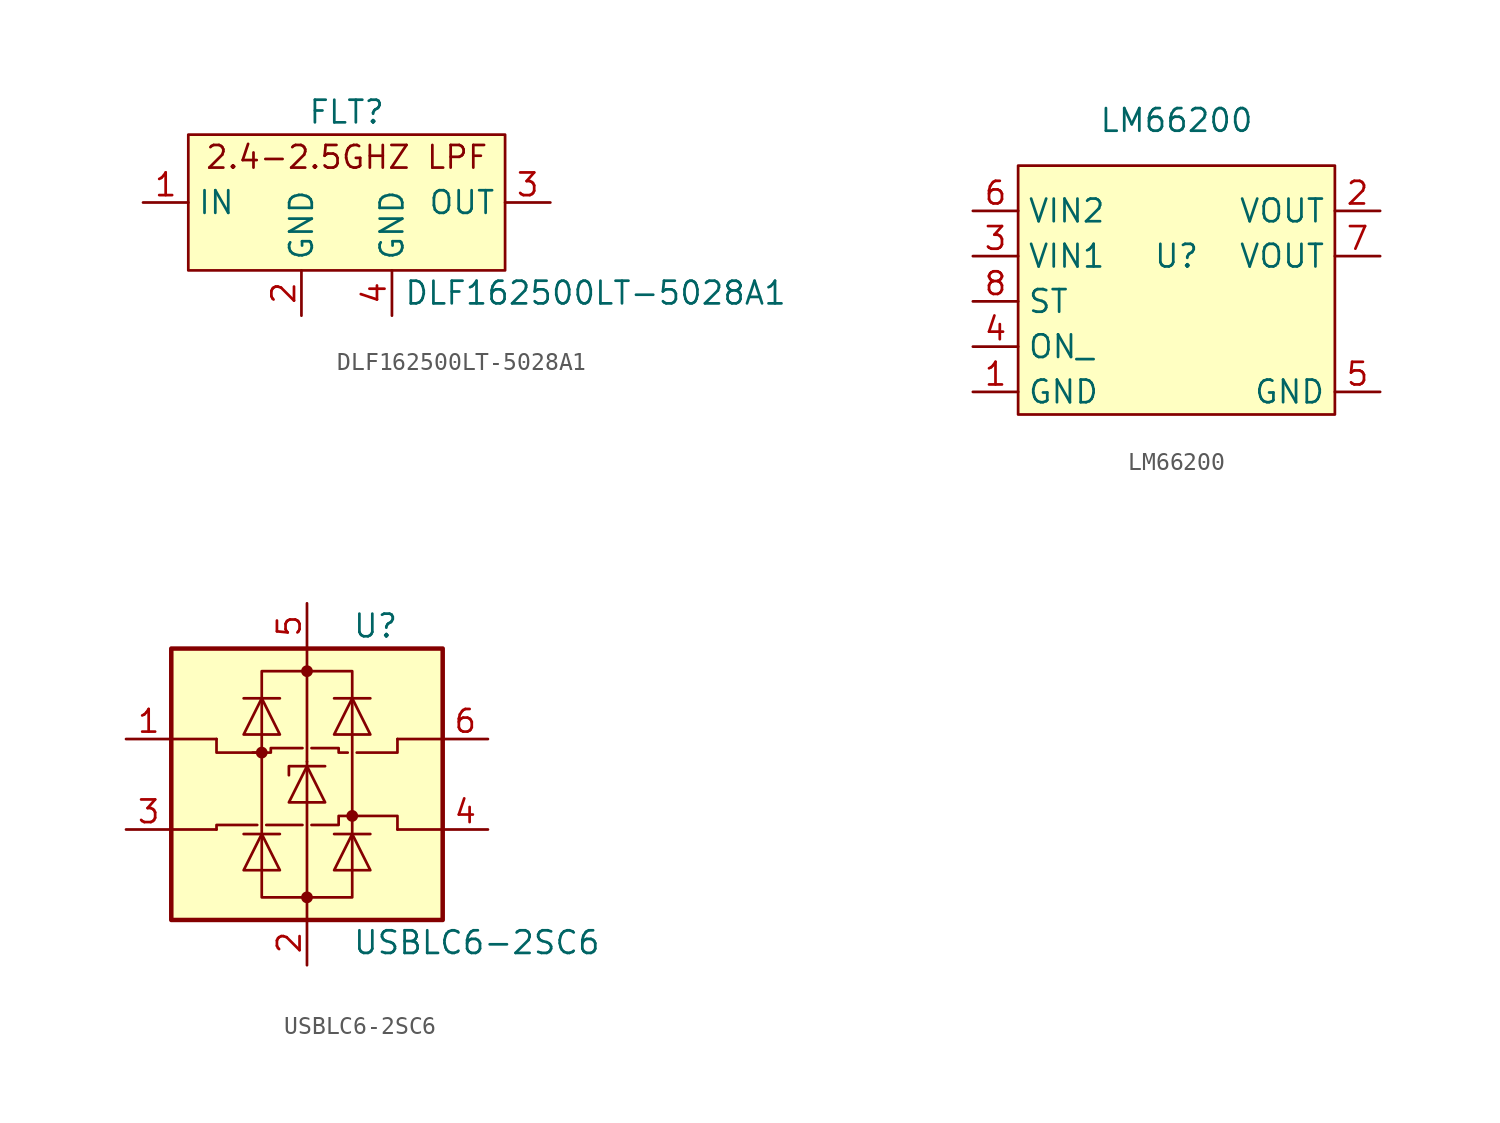
<source format=kicad_sym>
(kicad_symbol_lib
  (version 20220914)
  (generator kicad_symbol_editor)
  (symbol "DLF162500LT-5028A1"
    (property "Reference" "FLT"
      (at 0 5.08 0)
      (effects (font (size 1.27 1.27))))
    (property "Value" "DLF162500LT-5028A1"
      (at 13.97 -5.08 0)
      (effects (font (size 1.27 1.27))))
    (symbol "DLF162500LT-5028A1_0_0"
      (pin passive line (at -11.43 0 0) (length 2.54) (name "IN" (effects (font (size 1.27 1.27)))) (number "1" (effects (font (size 1.27 1.27)))))
      (pin passive line (at -2.54 -6.35 90) (length 2.54) (name "GND" (effects (font (size 1.27 1.27)))) (number "2" (effects (font (size 1.27 1.27)))))
      (pin passive line (at 11.43 0 180) (length 2.54) (name "OUT" (effects (font (size 1.27 1.27)))) (number "3" (effects (font (size 1.27 1.27)))))
      (pin passive line (at 2.54 -6.35 90) (length 2.54) (name "GND" (effects (font (size 1.27 1.27)))) (number "4" (effects (font (size 1.27 1.27))))))
    (symbol "DLF162500LT-5028A1_1_1"
      (rectangle (start -8.89 3.81) (end 8.89 -3.81) (stroke (width 0) (type default)) (fill (type background)))
      (text "2.4-2.5GHZ LPF" (at 0 2.54 0) (effects (font (size 1.27 1.27))))))
  (symbol "LM66200"
    (property "Reference" "U"
      (at 0 2.54 0)
      (effects (font (size 1.27 1.27))))
    (property "Value" "LM66200"
      (at 0 10.16 0)
      (effects (font (size 1.27 1.27))))
    (symbol "LM66200_0_0"
      (pin power_in line (at -11.43 -5.08 0) (length 2.54) (name "GND" (effects (font (size 1.27 1.27)))) (number "1" (effects (font (size 1.27 1.27)))))
      (pin power_out line (at 11.43 5.08 180) (length 2.54) (name "VOUT" (effects (font (size 1.27 1.27)))) (number "2" (effects (font (size 1.27 1.27)))))
      (pin power_in line (at -11.43 2.54 0) (length 2.54) (name "VIN1" (effects (font (size 1.27 1.27)))) (number "3" (effects (font (size 1.27 1.27)))))
      (pin input line (at -11.43 -2.54 0) (length 2.54) (name "ON_" (effects (font (size 1.27 1.27)))) (number "4" (effects (font (size 1.27 1.27)))))
      (pin power_in line (at 11.43 -5.08 180) (length 2.54) (name "GND" (effects (font (size 1.27 1.27)))) (number "5" (effects (font (size 1.27 1.27)))))
      (pin power_in line (at -11.43 5.08 0) (length 2.54) (name "VIN2" (effects (font (size 1.27 1.27)))) (number "6" (effects (font (size 1.27 1.27)))))
      (pin power_out line (at 11.43 2.54 180) (length 2.54) (name "VOUT" (effects (font (size 1.27 1.27)))) (number "7" (effects (font (size 1.27 1.27)))))
      (pin output line (at -11.43 0 0) (length 2.54) (name "ST" (effects (font (size 1.27 1.27)))) (number "8" (effects (font (size 1.27 1.27))))))
    (symbol "LM66200_1_1"
      (rectangle (start -8.89 7.62) (end 8.89 -6.35) (stroke (width 0) (type default)) (fill (type background)))))
  (symbol "USBLC6-2SC6"
    (pin_names hide)
    (property "Reference" "U"
      (at 2.54 8.89 0)
      (effects (font (size 1.27 1.27)) (justify left)))
    (property "Value" "USBLC6-2SC6"
      (at 2.54 -8.89 0)
      (effects (font (size 1.27 1.27)) (justify left)))
    (symbol "USBLC6-2SC6_0_1"
      (rectangle (start -7.62 7.62) (end 7.62 -7.62) (stroke (width 0.254) (type default)) (fill (type background)))
      (circle (center -2.54 1.778) (radius 0.254) (stroke (width 0) (type default)) (fill (type outline)))
      (rectangle (start -2.54 6.35) (end 2.54 -6.35) (stroke (width 0) (type default)) (fill (type none)))
      (circle (center 0 -6.35) (radius 0.254) (stroke (width 0) (type default)) (fill (type outline)))
      (polyline (pts (xy -5.08 -2.54) (xy -7.62 -2.54)) (stroke (width 0) (type default)) (fill (type none)))
      (polyline (pts (xy -5.08 2.54) (xy -7.62 2.54)) (stroke (width 0) (type default)) (fill (type none)))
      (polyline (pts (xy -1.524 -2.794) (xy -3.556 -2.794)) (stroke (width 0) (type default)) (fill (type none)))
      (polyline (pts (xy -1.524 4.826) (xy -3.556 4.826)) (stroke (width 0) (type default)) (fill (type none)))
      (polyline (pts (xy -0.254 -2.286) (xy -2.286 -2.286)) (stroke (width 0) (type default)) (fill (type none)))
      (polyline (pts (xy 0 -7.62) (xy 0 -6.35)) (stroke (width 0) (type default)) (fill (type none)))
      (polyline (pts (xy 0 -6.35) (xy 0 1.27)) (stroke (width 0) (type default)) (fill (type none)))
      (polyline (pts (xy 0 1.27) (xy 0 6.35)) (stroke (width 0) (type default)) (fill (type none)))
      (polyline (pts (xy 0 6.35) (xy 0 7.62)) (stroke (width 0) (type default)) (fill (type none)))
      (polyline (pts (xy 1.524 -2.794) (xy 3.556 -2.794)) (stroke (width 0) (type default)) (fill (type none)))
      (polyline (pts (xy 1.524 4.826) (xy 3.556 4.826)) (stroke (width 0) (type default)) (fill (type none)))
      (polyline (pts (xy 5.08 -2.54) (xy 7.62 -2.54)) (stroke (width 0) (type default)) (fill (type none)))
      (polyline (pts (xy 5.08 2.54) (xy 7.62 2.54)) (stroke (width 0) (type default)) (fill (type none)))
      (polyline (pts (xy -2.794 -2.286) (xy -5.08 -2.286) (xy -5.08 -2.54)) (stroke (width 0) (type default)) (fill (type none)))
      (polyline (pts (xy -2.794 1.778) (xy -5.08 1.778) (xy -5.08 2.54)) (stroke (width 0) (type default)) (fill (type none)))
      (polyline (pts (xy -2.286 1.778) (xy -2.794 1.778) (xy -3.048 1.778)) (stroke (width 0) (type default)) (fill (type none)))
      (polyline (pts (xy 5.08 -2.54) (xy 5.08 -1.778) (xy 2.794 -1.778)) (stroke (width 0) (type default)) (fill (type none)))
      (polyline (pts (xy 5.08 2.54) (xy 5.08 1.778) (xy 2.794 1.778)) (stroke (width 0) (type default)) (fill (type none)))
      (polyline (pts (xy -3.556 -4.826) (xy -1.524 -4.826) (xy -2.54 -2.794) (xy -3.556 -4.826)) (stroke (width 0) (type default)) (fill (type none)))
      (polyline (pts (xy -3.556 2.794) (xy -1.524 2.794) (xy -2.54 4.826) (xy -3.556 2.794)) (stroke (width 0) (type default)) (fill (type none)))
      (polyline (pts (xy -1.016 -1.016) (xy 1.016 -1.016) (xy 0 1.016) (xy -1.016 -1.016)) (stroke (width 0) (type default)) (fill (type none)))
      (polyline (pts (xy -0.254 2.032) (xy -2.032 2.032) (xy -2.032 1.778) (xy -2.286 1.778)) (stroke (width 0) (type default)) (fill (type none)))
      (polyline (pts (xy 1.016 1.016) (xy 0.762 1.016) (xy -1.016 1.016) (xy -1.016 0.508)) (stroke (width 0) (type default)) (fill (type none)))
      (polyline (pts (xy 2.286 -1.778) (xy 1.778 -1.778) (xy 1.778 -2.286) (xy 0.254 -2.286)) (stroke (width 0) (type default)) (fill (type none)))
      (polyline (pts (xy 2.286 1.778) (xy 1.778 1.778) (xy 1.778 2.032) (xy 0.254 2.032)) (stroke (width 0) (type default)) (fill (type none)))
      (polyline (pts (xy 3.556 -4.826) (xy 1.524 -4.826) (xy 2.54 -2.794) (xy 3.556 -4.826)) (stroke (width 0) (type default)) (fill (type none)))
      (polyline (pts (xy 3.556 2.794) (xy 1.524 2.794) (xy 2.54 4.826) (xy 3.556 2.794)) (stroke (width 0) (type default)) (fill (type none)))
      (circle (center 0 6.35) (radius 0.254) (stroke (width 0) (type default)) (fill (type outline)))
      (circle (center 2.54 -1.778) (radius 0.254) (stroke (width 0) (type default)) (fill (type outline))))
    (symbol "USBLC6-2SC6_1_1"
      (pin passive line (at -10.16 2.54 0) (length 2.54) (name "I/O1" (effects (font (size 1.27 1.27)))) (number "1" (effects (font (size 1.27 1.27)))))
      (pin passive line (at 0 -10.16 90) (length 2.54) (name "GND" (effects (font (size 1.27 1.27)))) (number "2" (effects (font (size 1.27 1.27)))))
      (pin passive line (at -10.16 -2.54 0) (length 2.54) (name "I/O2" (effects (font (size 1.27 1.27)))) (number "3" (effects (font (size 1.27 1.27)))))
      (pin passive line (at 10.16 -2.54 180) (length 2.54) (name "I/O2" (effects (font (size 1.27 1.27)))) (number "4" (effects (font (size 1.27 1.27)))))
      (pin passive line (at 0 10.16 270) (length 2.54) (name "VBUS" (effects (font (size 1.27 1.27)))) (number "5" (effects (font (size 1.27 1.27)))))
      (pin passive line (at 10.16 2.54 180) (length 2.54) (name "I/O1" (effects (font (size 1.27 1.27)))) (number "6" (effects (font (size 1.27 1.27))))))))
</source>
